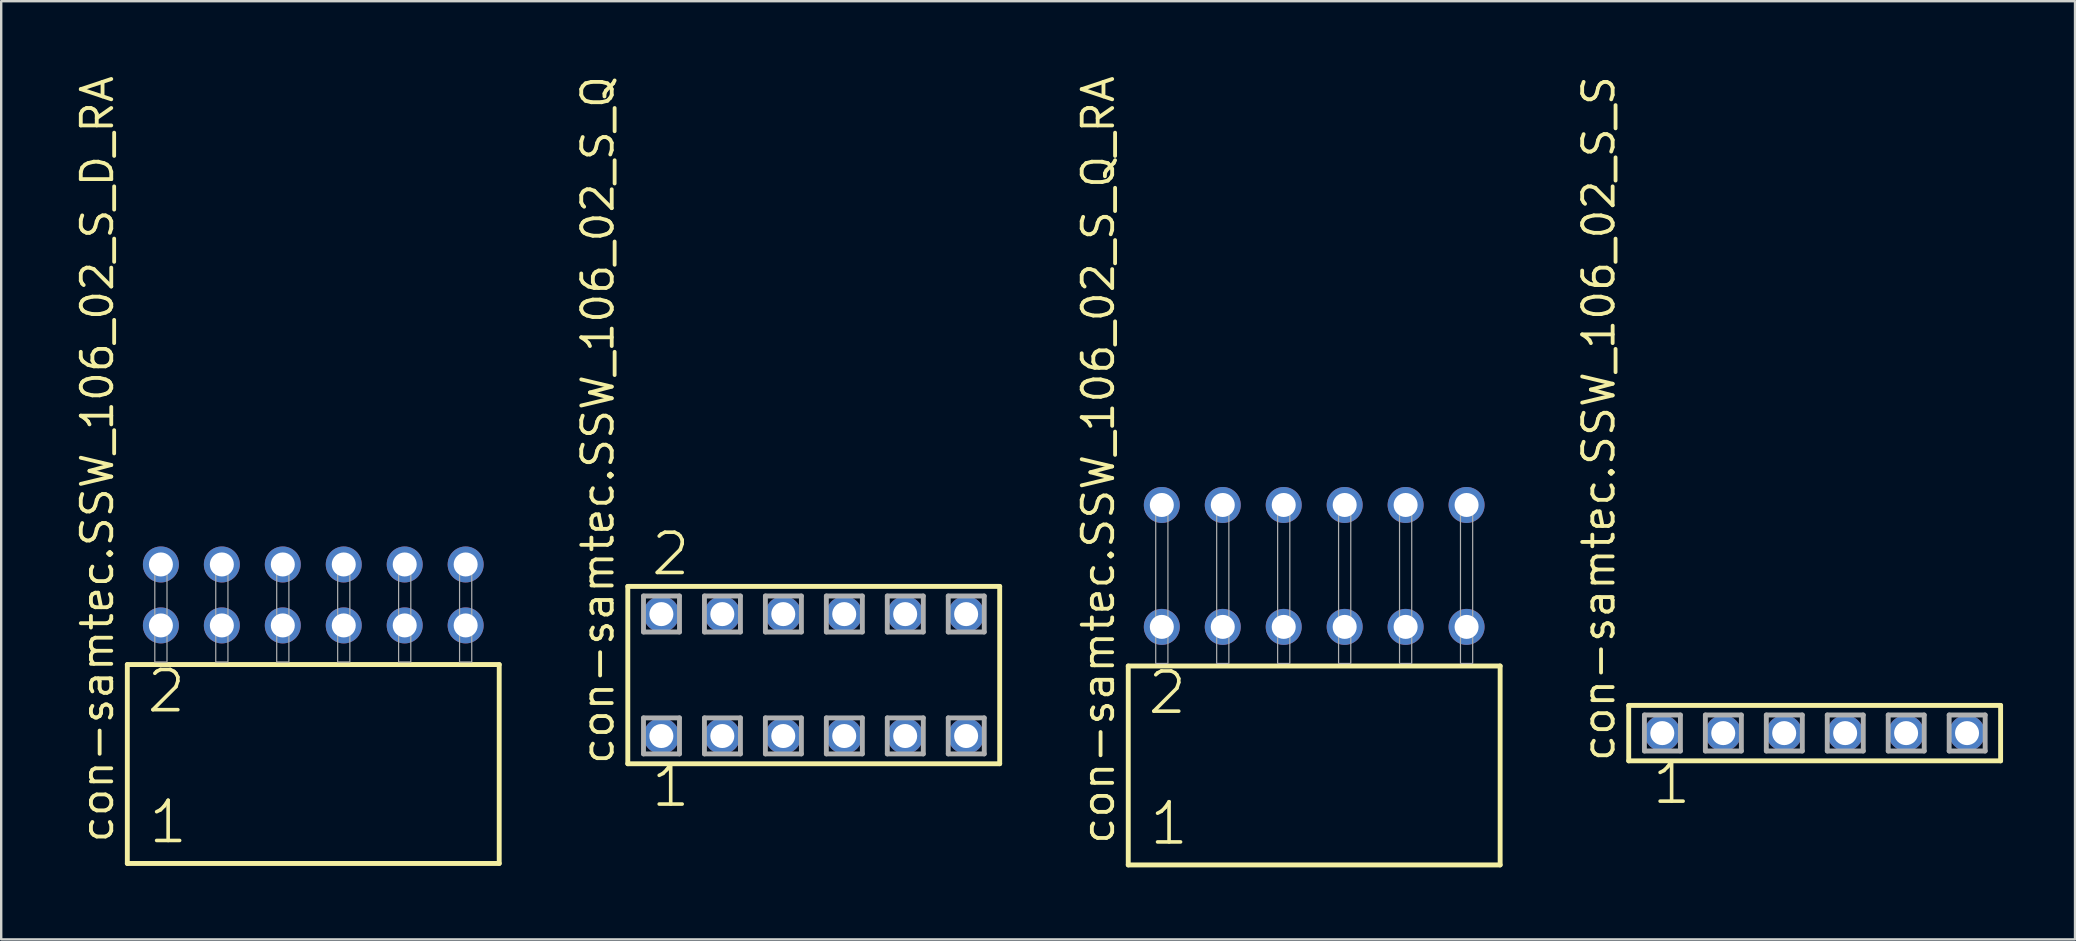
<source format=kicad_pcb>
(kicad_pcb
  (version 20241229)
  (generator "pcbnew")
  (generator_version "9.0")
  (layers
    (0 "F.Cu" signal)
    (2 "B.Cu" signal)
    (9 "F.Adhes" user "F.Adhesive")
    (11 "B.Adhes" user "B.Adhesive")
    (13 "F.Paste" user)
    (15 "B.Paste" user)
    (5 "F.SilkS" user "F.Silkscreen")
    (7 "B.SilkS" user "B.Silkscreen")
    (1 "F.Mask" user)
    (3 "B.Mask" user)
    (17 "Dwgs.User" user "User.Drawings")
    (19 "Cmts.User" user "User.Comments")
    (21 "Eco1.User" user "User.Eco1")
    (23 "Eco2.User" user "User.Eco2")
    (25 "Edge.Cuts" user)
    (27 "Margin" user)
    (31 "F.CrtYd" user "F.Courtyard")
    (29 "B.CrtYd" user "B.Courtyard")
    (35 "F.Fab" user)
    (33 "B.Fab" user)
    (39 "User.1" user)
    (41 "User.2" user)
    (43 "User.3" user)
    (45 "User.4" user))
  (footprint "con-samtec.SSW_106_02_S_S"
    (layer "F.Cu")
    (at 72.572 27.501)
    (property "Reference" "con-samtec.SSW_106_02_S_S" (at -8.255 1.27 90) (layer "F.SilkS") (effects (font (size 1.27 1.27) (thickness 0.16)) (justify left bottom)))
    (attr through_hole)
    (fp_line (start -7.749 -1.155) (end 7.749 -1.155) (stroke (width 0.203) (type default)) (layer "F.SilkS"))
    (fp_line (start -7.749 1.155) (end -7.749 -1.155) (stroke (width 0.203) (type default)) (layer "F.SilkS"))
    (fp_line (start 7.749 -1.155) (end 7.749 1.155) (stroke (width 0.203) (type default)) (layer "F.SilkS"))
    (fp_line (start 7.749 1.155) (end -7.749 1.155) (stroke (width 0.203) (type default)) (layer "F.SilkS"))
    (fp_line (start -7.095 -0.755) (end -5.595 -0.755) (stroke (width 0.203) (type default)) (layer "F.Fab"))
    (fp_line (start -7.095 0.745) (end -7.095 -0.755) (stroke (width 0.203) (type default)) (layer "F.Fab"))
    (fp_line (start -5.595 -0.755) (end -5.595 0.745) (stroke (width 0.203) (type default)) (layer "F.Fab"))
    (fp_line (start -5.595 0.745) (end -7.095 0.745) (stroke (width 0.203) (type default)) (layer "F.Fab"))
    (fp_line (start -4.555 -0.755) (end -3.055 -0.755) (stroke (width 0.203) (type default)) (layer "F.Fab"))
    (fp_line (start -4.555 0.745) (end -4.555 -0.755) (stroke (width 0.203) (type default)) (layer "F.Fab"))
    (fp_line (start -3.055 -0.755) (end -3.055 0.745) (stroke (width 0.203) (type default)) (layer "F.Fab"))
    (fp_line (start -3.055 0.745) (end -4.555 0.745) (stroke (width 0.203) (type default)) (layer "F.Fab"))
    (fp_line (start -2.015 -0.755) (end -0.515 -0.755) (stroke (width 0.203) (type default)) (layer "F.Fab"))
    (fp_line (start -2.015 0.745) (end -2.015 -0.755) (stroke (width 0.203) (type default)) (layer "F.Fab"))
    (fp_line (start -0.515 -0.755) (end -0.515 0.745) (stroke (width 0.203) (type default)) (layer "F.Fab"))
    (fp_line (start -0.515 0.745) (end -2.015 0.745) (stroke (width 0.203) (type default)) (layer "F.Fab"))
    (fp_line (start 0.525 -0.755) (end 2.025 -0.755) (stroke (width 0.203) (type default)) (layer "F.Fab"))
    (fp_line (start 0.525 0.745) (end 0.525 -0.755) (stroke (width 0.203) (type default)) (layer "F.Fab"))
    (fp_line (start 2.025 -0.755) (end 2.025 0.745) (stroke (width 0.203) (type default)) (layer "F.Fab"))
    (fp_line (start 2.025 0.745) (end 0.525 0.745) (stroke (width 0.203) (type default)) (layer "F.Fab"))
    (fp_line (start 3.065 -0.755) (end 4.565 -0.755) (stroke (width 0.203) (type default)) (layer "F.Fab"))
    (fp_line (start 3.065 0.745) (end 3.065 -0.755) (stroke (width 0.203) (type default)) (layer "F.Fab"))
    (fp_line (start 4.565 -0.755) (end 4.565 0.745) (stroke (width 0.203) (type default)) (layer "F.Fab"))
    (fp_line (start 4.565 0.745) (end 3.065 0.745) (stroke (width 0.203) (type default)) (layer "F.Fab"))
    (fp_line (start 5.605 -0.755) (end 7.105 -0.755) (stroke (width 0.203) (type default)) (layer "F.Fab"))
    (fp_line (start 5.605 0.745) (end 5.605 -0.755) (stroke (width 0.203) (type default)) (layer "F.Fab"))
    (fp_line (start 7.105 -0.755) (end 7.105 0.745) (stroke (width 0.203) (type default)) (layer "F.Fab"))
    (fp_line (start 7.105 0.745) (end 5.605 0.745) (stroke (width 0.203) (type default)) (layer "F.Fab"))
    (fp_text user "1" (at -6.858 3.048 0) (layer "F.SilkS") (effects (font (size 1.676 1.676) (thickness 0.15)) (justify left bottom)))
    (pad "1" thru_hole circle (at -6.35 0) (size 1.5 1.5) (drill 1) (layers "*.Cu" "*.Mask"))
    (pad "2" thru_hole circle (at -3.81 0) (size 1.5 1.5) (drill 1) (layers "*.Cu" "*.Mask"))
    (pad "3" thru_hole circle (at -1.27 0) (size 1.5 1.5) (drill 1) (layers "*.Cu" "*.Mask"))
    (pad "4" thru_hole circle (at 1.27 0) (size 1.5 1.5) (drill 1) (layers "*.Cu" "*.Mask"))
    (pad "5" thru_hole circle (at 3.81 0) (size 1.5 1.5) (drill 1) (layers "*.Cu" "*.Mask"))
    (pad "6" thru_hole circle (at 6.35 0) (size 1.5 1.5) (drill 1) (layers "*.Cu" "*.Mask")))
  (footprint "con-samtec.SSW_106_02_S_D_RA"
    (layer "F.Cu")
    (at 10.005 24.537)
    (property "Reference" "con-samtec.SSW_106_02_S_D_RA" (at -8.255 7.62 90) (layer "F.SilkS") (effects (font (size 1.27 1.27) (thickness 0.16)) (justify left bottom)))
    (attr through_hole)
    (fp_line (start -7.749 0.106) (end -7.749 8.396) (stroke (width 0.203) (type default)) (layer "F.SilkS"))
    (fp_line (start -7.749 8.396) (end 7.749 8.396) (stroke (width 0.203) (type default)) (layer "F.SilkS"))
    (fp_line (start 7.749 0.106) (end -7.749 0.106) (stroke (width 0.203) (type default)) (layer "F.SilkS"))
    (fp_line (start 7.749 8.396) (end 7.749 0.106) (stroke (width 0.203) (type default)) (layer "F.SilkS"))
    (fp_rect (start -6.604 0) (end -6.096 -4.318) (stroke (width 0.05) (type default)) (fill no) (layer "F.Fab"))
    (fp_rect (start -4.064 0) (end -3.556 -4.318) (stroke (width 0.05) (type default)) (fill no) (layer "F.Fab"))
    (fp_rect (start -1.524 0) (end -1.016 -4.318) (stroke (width 0.05) (type default)) (fill no) (layer "F.Fab"))
    (fp_rect (start 1.016 0) (end 1.524 -4.318) (stroke (width 0.05) (type default)) (fill no) (layer "F.Fab"))
    (fp_rect (start 3.556 0) (end 4.064 -4.318) (stroke (width 0.05) (type default)) (fill no) (layer "F.Fab"))
    (fp_rect (start 6.096 0) (end 6.604 -4.318) (stroke (width 0.05) (type default)) (fill no) (layer "F.Fab"))
    (fp_text user "1" (at -6.945 7.65 0) (layer "F.SilkS") (effects (font (size 1.676 1.676) (thickness 0.15)) (justify left bottom)))
    (fp_text user "2" (at -7.02 2.2 0) (layer "F.SilkS") (effects (font (size 1.676 1.676) (thickness 0.15)) (justify left bottom)))
    (pad "1" thru_hole circle (at -6.35 -1.524) (size 1.5 1.5) (drill 1) (layers "*.Cu" "*.Mask"))
    (pad "2" thru_hole circle (at -6.35 -4.064) (size 1.5 1.5) (drill 1) (layers "*.Cu" "*.Mask"))
    (pad "3" thru_hole circle (at -3.81 -1.524) (size 1.5 1.5) (drill 1) (layers "*.Cu" "*.Mask"))
    (pad "4" thru_hole circle (at -3.81 -4.064) (size 1.5 1.5) (drill 1) (layers "*.Cu" "*.Mask"))
    (pad "5" thru_hole circle (at -1.27 -1.524) (size 1.5 1.5) (drill 1) (layers "*.Cu" "*.Mask"))
    (pad "6" thru_hole circle (at -1.27 -4.064) (size 1.5 1.5) (drill 1) (layers "*.Cu" "*.Mask"))
    (pad "7" thru_hole circle (at 1.27 -1.524) (size 1.5 1.5) (drill 1) (layers "*.Cu" "*.Mask"))
    (pad "8" thru_hole circle (at 1.27 -4.064) (size 1.5 1.5) (drill 1) (layers "*.Cu" "*.Mask"))
    (pad "9" thru_hole circle (at 3.81 -1.524) (size 1.5 1.5) (drill 1) (layers "*.Cu" "*.Mask"))
    (pad "10" thru_hole circle (at 3.81 -4.064) (size 1.5 1.5) (drill 1) (layers "*.Cu" "*.Mask"))
    (pad "11" thru_hole circle (at 6.35 -1.524) (size 1.5 1.5) (drill 1) (layers "*.Cu" "*.Mask"))
    (pad "12" thru_hole circle (at 6.35 -4.064) (size 1.5 1.5) (drill 1) (layers "*.Cu" "*.Mask")))
  (footprint "con-samtec.SSW_106_02_S_Q"
    (layer "F.Cu")
    (at 30.861 25.082)
    (property "Reference" "con-samtec.SSW_106_02_S_Q" (at -8.255 3.81 90) (layer "F.SilkS") (effects (font (size 1.27 1.27) (thickness 0.16)) (justify left bottom)))
    (attr through_hole)
    (fp_line (start -7.749 -3.695) (end 7.749 -3.695) (stroke (width 0.203) (type default)) (layer "F.SilkS"))
    (fp_line (start -7.749 3.695) (end -7.749 -3.695) (stroke (width 0.203) (type default)) (layer "F.SilkS"))
    (fp_line (start 7.749 -3.695) (end 7.749 3.695) (stroke (width 0.203) (type default)) (layer "F.SilkS"))
    (fp_line (start 7.749 3.695) (end -7.749 3.695) (stroke (width 0.203) (type default)) (layer "F.SilkS"))
    (fp_line (start -7.095 -3.295) (end -5.595 -3.295) (stroke (width 0.203) (type default)) (layer "F.Fab"))
    (fp_line (start -7.095 -1.795) (end -7.095 -3.295) (stroke (width 0.203) (type default)) (layer "F.Fab"))
    (fp_line (start -7.095 1.785) (end -5.595 1.785) (stroke (width 0.203) (type default)) (layer "F.Fab"))
    (fp_line (start -7.095 3.285) (end -7.095 1.785) (stroke (width 0.203) (type default)) (layer "F.Fab"))
    (fp_line (start -5.595 -3.295) (end -5.595 -1.795) (stroke (width 0.203) (type default)) (layer "F.Fab"))
    (fp_line (start -5.595 -1.795) (end -7.095 -1.795) (stroke (width 0.203) (type default)) (layer "F.Fab"))
    (fp_line (start -5.595 1.785) (end -5.595 3.285) (stroke (width 0.203) (type default)) (layer "F.Fab"))
    (fp_line (start -5.595 3.285) (end -7.095 3.285) (stroke (width 0.203) (type default)) (layer "F.Fab"))
    (fp_line (start -4.555 -3.295) (end -3.055 -3.295) (stroke (width 0.203) (type default)) (layer "F.Fab"))
    (fp_line (start -4.555 -1.795) (end -4.555 -3.295) (stroke (width 0.203) (type default)) (layer "F.Fab"))
    (fp_line (start -4.555 1.785) (end -3.055 1.785) (stroke (width 0.203) (type default)) (layer "F.Fab"))
    (fp_line (start -4.555 3.285) (end -4.555 1.785) (stroke (width 0.203) (type default)) (layer "F.Fab"))
    (fp_line (start -3.055 -3.295) (end -3.055 -1.795) (stroke (width 0.203) (type default)) (layer "F.Fab"))
    (fp_line (start -3.055 -1.795) (end -4.555 -1.795) (stroke (width 0.203) (type default)) (layer "F.Fab"))
    (fp_line (start -3.055 1.785) (end -3.055 3.285) (stroke (width 0.203) (type default)) (layer "F.Fab"))
    (fp_line (start -3.055 3.285) (end -4.555 3.285) (stroke (width 0.203) (type default)) (layer "F.Fab"))
    (fp_line (start -2.015 -3.295) (end -0.515 -3.295) (stroke (width 0.203) (type default)) (layer "F.Fab"))
    (fp_line (start -2.015 -1.795) (end -2.015 -3.295) (stroke (width 0.203) (type default)) (layer "F.Fab"))
    (fp_line (start -2.015 1.785) (end -0.515 1.785) (stroke (width 0.203) (type default)) (layer "F.Fab"))
    (fp_line (start -2.015 3.285) (end -2.015 1.785) (stroke (width 0.203) (type default)) (layer "F.Fab"))
    (fp_line (start -0.515 -3.295) (end -0.515 -1.795) (stroke (width 0.203) (type default)) (layer "F.Fab"))
    (fp_line (start -0.515 -1.795) (end -2.015 -1.795) (stroke (width 0.203) (type default)) (layer "F.Fab"))
    (fp_line (start -0.515 1.785) (end -0.515 3.285) (stroke (width 0.203) (type default)) (layer "F.Fab"))
    (fp_line (start -0.515 3.285) (end -2.015 3.285) (stroke (width 0.203) (type default)) (layer "F.Fab"))
    (fp_line (start 0.525 -3.295) (end 2.025 -3.295) (stroke (width 0.203) (type default)) (layer "F.Fab"))
    (fp_line (start 0.525 -1.795) (end 0.525 -3.295) (stroke (width 0.203) (type default)) (layer "F.Fab"))
    (fp_line (start 0.525 1.785) (end 2.025 1.785) (stroke (width 0.203) (type default)) (layer "F.Fab"))
    (fp_line (start 0.525 3.285) (end 0.525 1.785) (stroke (width 0.203) (type default)) (layer "F.Fab"))
    (fp_line (start 2.025 -3.295) (end 2.025 -1.795) (stroke (width 0.203) (type default)) (layer "F.Fab"))
    (fp_line (start 2.025 -1.795) (end 0.525 -1.795) (stroke (width 0.203) (type default)) (layer "F.Fab"))
    (fp_line (start 2.025 1.785) (end 2.025 3.285) (stroke (width 0.203) (type default)) (layer "F.Fab"))
    (fp_line (start 2.025 3.285) (end 0.525 3.285) (stroke (width 0.203) (type default)) (layer "F.Fab"))
    (fp_line (start 3.065 -3.295) (end 4.565 -3.295) (stroke (width 0.203) (type default)) (layer "F.Fab"))
    (fp_line (start 3.065 -1.795) (end 3.065 -3.295) (stroke (width 0.203) (type default)) (layer "F.Fab"))
    (fp_line (start 3.065 1.785) (end 4.565 1.785) (stroke (width 0.203) (type default)) (layer "F.Fab"))
    (fp_line (start 3.065 3.285) (end 3.065 1.785) (stroke (width 0.203) (type default)) (layer "F.Fab"))
    (fp_line (start 4.565 -3.295) (end 4.565 -1.795) (stroke (width 0.203) (type default)) (layer "F.Fab"))
    (fp_line (start 4.565 -1.795) (end 3.065 -1.795) (stroke (width 0.203) (type default)) (layer "F.Fab"))
    (fp_line (start 4.565 1.785) (end 4.565 3.285) (stroke (width 0.203) (type default)) (layer "F.Fab"))
    (fp_line (start 4.565 3.285) (end 3.065 3.285) (stroke (width 0.203) (type default)) (layer "F.Fab"))
    (fp_line (start 5.605 -3.295) (end 7.105 -3.295) (stroke (width 0.203) (type default)) (layer "F.Fab"))
    (fp_line (start 5.605 -1.795) (end 5.605 -3.295) (stroke (width 0.203) (type default)) (layer "F.Fab"))
    (fp_line (start 5.605 1.785) (end 7.105 1.785) (stroke (width 0.203) (type default)) (layer "F.Fab"))
    (fp_line (start 5.605 3.285) (end 5.605 1.785) (stroke (width 0.203) (type default)) (layer "F.Fab"))
    (fp_line (start 7.105 -3.295) (end 7.105 -1.795) (stroke (width 0.203) (type default)) (layer "F.Fab"))
    (fp_line (start 7.105 -1.795) (end 5.605 -1.795) (stroke (width 0.203) (type default)) (layer "F.Fab"))
    (fp_line (start 7.105 1.785) (end 7.105 3.285) (stroke (width 0.203) (type default)) (layer "F.Fab"))
    (fp_line (start 7.105 3.285) (end 5.605 3.285) (stroke (width 0.203) (type default)) (layer "F.Fab"))
    (fp_text user "2" (at -6.858 -4.064 0) (layer "F.SilkS") (effects (font (size 1.676 1.676) (thickness 0.15)) (justify left bottom)))
    (fp_text user "1" (at -6.858 5.588 0) (layer "F.SilkS") (effects (font (size 1.676 1.676) (thickness 0.15)) (justify left bottom)))
    (pad "1" thru_hole circle (at -6.35 2.54) (size 1.5 1.5) (drill 1) (layers "*.Cu" "*.Mask"))
    (pad "2" thru_hole circle (at -6.35 -2.54) (size 1.5 1.5) (drill 1) (layers "*.Cu" "*.Mask"))
    (pad "3" thru_hole circle (at -3.81 2.54) (size 1.5 1.5) (drill 1) (layers "*.Cu" "*.Mask"))
    (pad "4" thru_hole circle (at -3.81 -2.54) (size 1.5 1.5) (drill 1) (layers "*.Cu" "*.Mask"))
    (pad "5" thru_hole circle (at -1.27 2.54) (size 1.5 1.5) (drill 1) (layers "*.Cu" "*.Mask"))
    (pad "6" thru_hole circle (at -1.27 -2.54) (size 1.5 1.5) (drill 1) (layers "*.Cu" "*.Mask"))
    (pad "7" thru_hole circle (at 1.27 2.54) (size 1.5 1.5) (drill 1) (layers "*.Cu" "*.Mask"))
    (pad "8" thru_hole circle (at 1.27 -2.54) (size 1.5 1.5) (drill 1) (layers "*.Cu" "*.Mask"))
    (pad "9" thru_hole circle (at 3.81 2.54) (size 1.5 1.5) (drill 1) (layers "*.Cu" "*.Mask"))
    (pad "10" thru_hole circle (at 3.81 -2.54) (size 1.5 1.5) (drill 1) (layers "*.Cu" "*.Mask"))
    (pad "11" thru_hole circle (at 6.35 2.54) (size 1.5 1.5) (drill 1) (layers "*.Cu" "*.Mask"))
    (pad "12" thru_hole circle (at 6.35 -2.54) (size 1.5 1.5) (drill 1) (layers "*.Cu" "*.Mask")))
  (footprint "con-samtec.SSW_106_02_S_Q_RA"
    (layer "F.Cu")
    (at 51.716 24.598)
    (property "Reference" "con-samtec.SSW_106_02_S_Q_RA" (at -8.255 7.62 90) (layer "F.SilkS") (effects (font (size 1.27 1.27) (thickness 0.16)) (justify left bottom)))
    (attr through_hole)
    (fp_line (start -7.749 0.106) (end -7.749 8.396) (stroke (width 0.203) (type default)) (layer "F.SilkS"))
    (fp_line (start -7.749 8.396) (end 7.749 8.396) (stroke (width 0.203) (type default)) (layer "F.SilkS"))
    (fp_line (start 7.749 0.106) (end -7.749 0.106) (stroke (width 0.203) (type default)) (layer "F.SilkS"))
    (fp_line (start 7.749 8.396) (end 7.749 0.106) (stroke (width 0.203) (type default)) (layer "F.SilkS"))
    (fp_rect (start -6.604 0) (end -6.096 -6.858) (stroke (width 0.05) (type default)) (fill no) (layer "F.Fab"))
    (fp_rect (start -4.064 0) (end -3.556 -6.858) (stroke (width 0.05) (type default)) (fill no) (layer "F.Fab"))
    (fp_rect (start -1.524 0) (end -1.016 -6.858) (stroke (width 0.05) (type default)) (fill no) (layer "F.Fab"))
    (fp_rect (start 1.016 0) (end 1.524 -6.858) (stroke (width 0.05) (type default)) (fill no) (layer "F.Fab"))
    (fp_rect (start 3.556 0) (end 4.064 -6.858) (stroke (width 0.05) (type default)) (fill no) (layer "F.Fab"))
    (fp_rect (start 6.096 0) (end 6.604 -6.858) (stroke (width 0.05) (type default)) (fill no) (layer "F.Fab"))
    (fp_text user "2" (at -7.02 2.2 0) (layer "F.SilkS") (effects (font (size 1.676 1.676) (thickness 0.15)) (justify left bottom)))
    (fp_text user "1" (at -6.945 7.65 0) (layer "F.SilkS") (effects (font (size 1.676 1.676) (thickness 0.15)) (justify left bottom)))
    (pad "1" thru_hole circle (at -6.35 -1.524) (size 1.5 1.5) (drill 1) (layers "*.Cu" "*.Mask"))
    (pad "2" thru_hole circle (at -6.35 -6.604) (size 1.5 1.5) (drill 1) (layers "*.Cu" "*.Mask"))
    (pad "3" thru_hole circle (at -3.81 -1.524) (size 1.5 1.5) (drill 1) (layers "*.Cu" "*.Mask"))
    (pad "4" thru_hole circle (at -3.81 -6.604) (size 1.5 1.5) (drill 1) (layers "*.Cu" "*.Mask"))
    (pad "5" thru_hole circle (at -1.27 -1.524) (size 1.5 1.5) (drill 1) (layers "*.Cu" "*.Mask"))
    (pad "6" thru_hole circle (at -1.27 -6.604) (size 1.5 1.5) (drill 1) (layers "*.Cu" "*.Mask"))
    (pad "7" thru_hole circle (at 1.27 -1.524) (size 1.5 1.5) (drill 1) (layers "*.Cu" "*.Mask"))
    (pad "8" thru_hole circle (at 1.27 -6.604) (size 1.5 1.5) (drill 1) (layers "*.Cu" "*.Mask"))
    (pad "9" thru_hole circle (at 3.81 -1.524) (size 1.5 1.5) (drill 1) (layers "*.Cu" "*.Mask"))
    (pad "10" thru_hole circle (at 3.81 -6.604) (size 1.5 1.5) (drill 1) (layers "*.Cu" "*.Mask"))
    (pad "11" thru_hole circle (at 6.35 -1.524) (size 1.5 1.5) (drill 1) (layers "*.Cu" "*.Mask"))
    (pad "12" thru_hole circle (at 6.35 -6.604) (size 1.5 1.5) (drill 1) (layers "*.Cu" "*.Mask")))
  (gr_rect
    (start -3 -3)
    (end 83.422 36.096)
    (stroke (width 0.1) (type default))
    (fill no)
    (layer "Edge.Cuts")))
</source>
